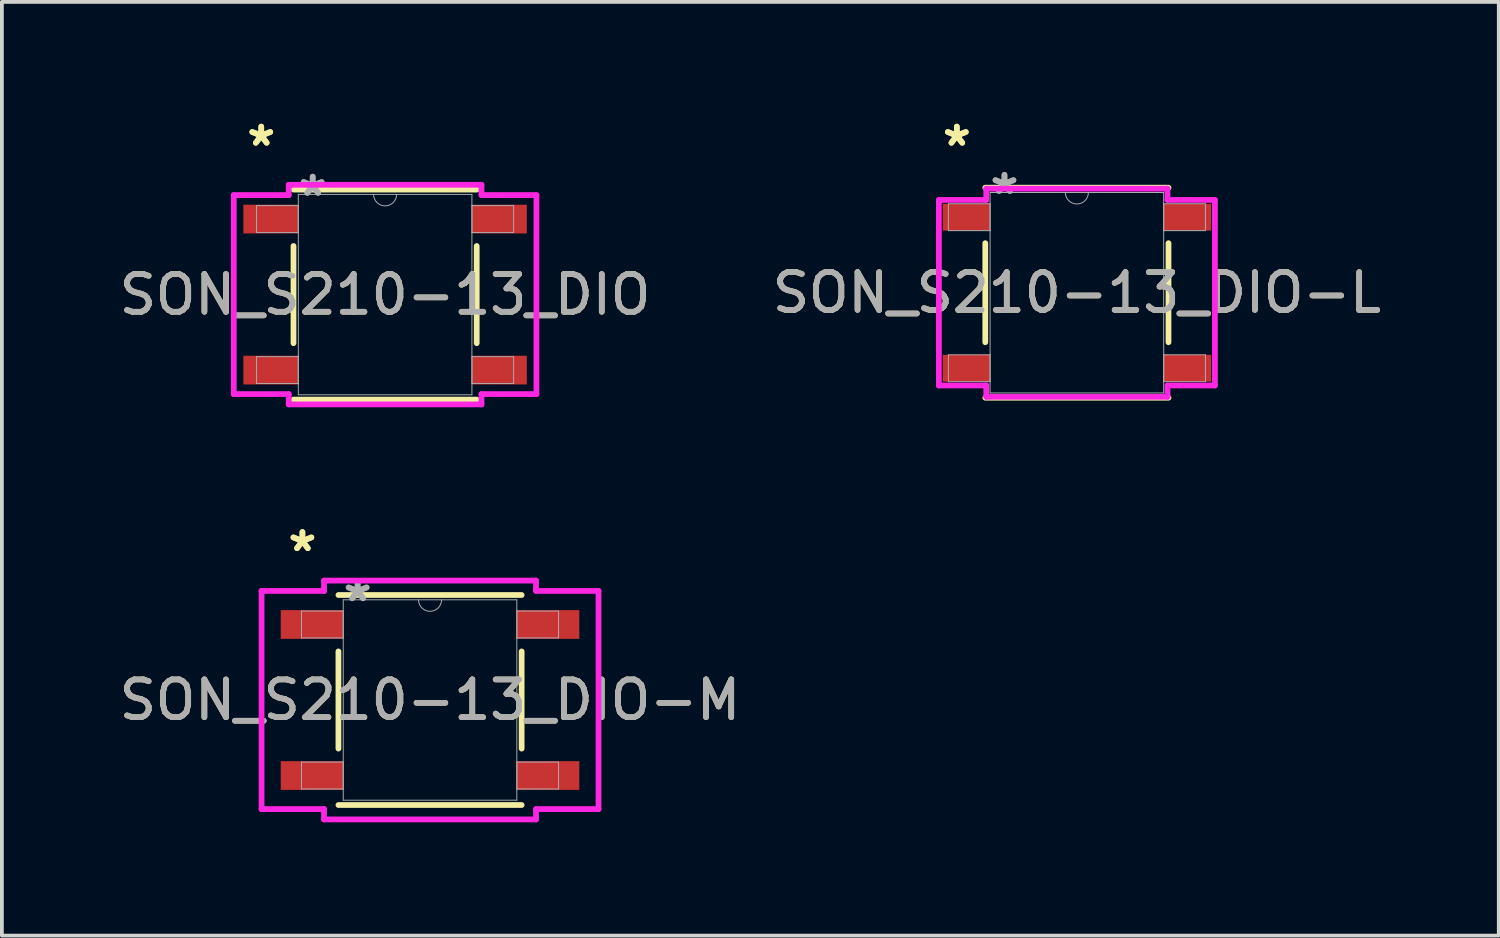
<source format=kicad_pcb>
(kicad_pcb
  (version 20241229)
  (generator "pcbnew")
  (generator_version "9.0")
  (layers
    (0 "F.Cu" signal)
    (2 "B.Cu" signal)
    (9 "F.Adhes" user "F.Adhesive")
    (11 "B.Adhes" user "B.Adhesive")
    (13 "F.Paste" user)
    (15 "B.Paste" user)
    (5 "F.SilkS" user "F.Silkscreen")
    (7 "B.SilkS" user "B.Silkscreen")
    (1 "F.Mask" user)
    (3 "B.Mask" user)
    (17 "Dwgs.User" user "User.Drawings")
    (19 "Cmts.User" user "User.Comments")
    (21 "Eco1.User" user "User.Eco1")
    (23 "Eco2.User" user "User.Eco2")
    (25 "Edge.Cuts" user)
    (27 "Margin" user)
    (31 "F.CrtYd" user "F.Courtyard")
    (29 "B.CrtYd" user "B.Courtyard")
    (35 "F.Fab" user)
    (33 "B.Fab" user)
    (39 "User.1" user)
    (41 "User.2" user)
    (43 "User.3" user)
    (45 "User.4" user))
  (footprint "SON_S210-13_DIO-L"
    (layer "F.Cu")
    (at 25.47 4.702)
    (property "Reference" "SON_S210-13_DIO-L" (at 0 0 0) (unlocked yes) (layer "F.SilkS") (effects (font (size 1 1) (thickness 0.15))))
    (attr smd)
    (fp_line (start -2.426 -1.312) (end -2.426 1.312) (stroke (width 0.152) (type solid)) (layer "F.SilkS"))
    (fp_line (start -2.426 2.781) (end 2.426 2.781) (stroke (width 0.152) (type solid)) (layer "F.SilkS"))
    (fp_line (start 2.426 -2.781) (end -2.426 -2.781) (stroke (width 0.152) (type solid)) (layer "F.SilkS"))
    (fp_line (start 2.426 1.312) (end 2.426 -1.312) (stroke (width 0.152) (type solid)) (layer "F.SilkS"))
    (fp_line (start -3.655 -2.457) (end -2.4 -2.457) (stroke (width 0.152) (type solid)) (layer "F.CrtYd"))
    (fp_line (start -3.655 2.457) (end -3.655 -2.457) (stroke (width 0.152) (type solid)) (layer "F.CrtYd"))
    (fp_line (start -3.655 2.457) (end -2.4 2.457) (stroke (width 0.152) (type solid)) (layer "F.CrtYd"))
    (fp_line (start -2.4 -2.756) (end 2.4 -2.756) (stroke (width 0.152) (type solid)) (layer "F.CrtYd"))
    (fp_line (start -2.4 -2.457) (end -2.4 -2.756) (stroke (width 0.152) (type solid)) (layer "F.CrtYd"))
    (fp_line (start -2.4 2.756) (end -2.4 2.457) (stroke (width 0.152) (type solid)) (layer "F.CrtYd"))
    (fp_line (start 2.4 -2.756) (end 2.4 -2.457) (stroke (width 0.152) (type solid)) (layer "F.CrtYd"))
    (fp_line (start 2.4 2.457) (end 2.4 2.756) (stroke (width 0.152) (type solid)) (layer "F.CrtYd"))
    (fp_line (start 2.4 2.756) (end -2.4 2.756) (stroke (width 0.152) (type solid)) (layer "F.CrtYd"))
    (fp_line (start 3.655 -2.457) (end 2.4 -2.457) (stroke (width 0.152) (type solid)) (layer "F.CrtYd"))
    (fp_line (start 3.655 -2.457) (end 3.655 2.457) (stroke (width 0.152) (type solid)) (layer "F.CrtYd"))
    (fp_line (start 3.655 2.457) (end 2.4 2.457) (stroke (width 0.152) (type solid)) (layer "F.CrtYd"))
    (fp_line (start -3.404 -2.356) (end -3.404 -1.644) (stroke (width 0.025) (type solid)) (layer "F.Fab"))
    (fp_line (start -3.404 -1.644) (end -2.299 -1.644) (stroke (width 0.025) (type solid)) (layer "F.Fab"))
    (fp_line (start -3.404 1.644) (end -3.404 2.356) (stroke (width 0.025) (type solid)) (layer "F.Fab"))
    (fp_line (start -3.404 2.356) (end -2.299 2.356) (stroke (width 0.025) (type solid)) (layer "F.Fab"))
    (fp_line (start -2.299 -2.654) (end -2.299 2.654) (stroke (width 0.025) (type solid)) (layer "F.Fab"))
    (fp_line (start -2.299 -2.356) (end -3.404 -2.356) (stroke (width 0.025) (type solid)) (layer "F.Fab"))
    (fp_line (start -2.299 -1.644) (end -2.299 -2.356) (stroke (width 0.025) (type solid)) (layer "F.Fab"))
    (fp_line (start -2.299 1.644) (end -3.404 1.644) (stroke (width 0.025) (type solid)) (layer "F.Fab"))
    (fp_line (start -2.299 2.356) (end -2.299 1.644) (stroke (width 0.025) (type solid)) (layer "F.Fab"))
    (fp_line (start -2.299 2.654) (end 2.299 2.654) (stroke (width 0.025) (type solid)) (layer "F.Fab"))
    (fp_line (start 2.299 -2.654) (end -2.299 -2.654) (stroke (width 0.025) (type solid)) (layer "F.Fab"))
    (fp_line (start 2.299 -2.356) (end 2.299 -1.644) (stroke (width 0.025) (type solid)) (layer "F.Fab"))
    (fp_line (start 2.299 -1.644) (end 3.404 -1.644) (stroke (width 0.025) (type solid)) (layer "F.Fab"))
    (fp_line (start 2.299 1.644) (end 2.299 2.356) (stroke (width 0.025) (type solid)) (layer "F.Fab"))
    (fp_line (start 2.299 2.356) (end 3.404 2.356) (stroke (width 0.025) (type solid)) (layer "F.Fab"))
    (fp_line (start 2.299 2.654) (end 2.299 -2.654) (stroke (width 0.025) (type solid)) (layer "F.Fab"))
    (fp_line (start 3.404 -2.356) (end 2.299 -2.356) (stroke (width 0.025) (type solid)) (layer "F.Fab"))
    (fp_line (start 3.404 -1.644) (end 3.404 -2.356) (stroke (width 0.025) (type solid)) (layer "F.Fab"))
    (fp_line (start 3.404 1.644) (end 2.299 1.644) (stroke (width 0.025) (type solid)) (layer "F.Fab"))
    (fp_line (start 3.404 2.356) (end 3.404 1.644) (stroke (width 0.025) (type solid)) (layer "F.Fab"))
    (fp_arc (start 0.3048 -2.6543) (mid 0 -2.3495) (end -0.3048 -2.6543) (stroke (width 0.0254) (type solid)) (layer "F.Fab"))
    (fp_text user "*" (at -3.18 -3.854 0) (unlocked yes) (layer "F.SilkS") (effects (font (size 1 1) (thickness 0.15))))
    (fp_text user "*" (at -3.18 -3.854 0) (layer "F.SilkS") (effects (font (size 1 1) (thickness 0.15))))
    (fp_text user "*" (at -1.918 -2.578 0) (layer "F.Fab") (effects (font (size 1 1) (thickness 0.15))))
    (fp_text user "${REFERENCE}" (at 0 0 0) (unlocked yes) (layer "F.Fab") (effects (font (size 1 1) (thickness 0.15))))
    (fp_text user "*" (at -1.918 -2.578 0) (unlocked yes) (layer "F.Fab") (effects (font (size 1 1) (thickness 0.15))))
    (pad "1" smd rect (at 2.926 2) (size 1.255 0.711) (layers "F.Cu" "F.Mask" "F.Paste"))
    (pad "2" smd rect (at -2.926 2) (size 1.255 0.711) (layers "F.Cu" "F.Mask" "F.Paste"))
    (pad "3" smd rect (at 2.926 -2) (size 1.255 0.711) (layers "F.Cu" "F.Mask" "F.Paste"))
    (pad "4" smd rect (at -2.926 -2) (size 1.255 0.711) (layers "F.Cu" "F.Mask" "F.Paste")))
  (footprint "SON_S210-13_DIO-M"
    (layer "F.Cu")
    (at 8.339 15.489)
    (property "Reference" "SON_S210-13_DIO-M" (at 0 0 0) (unlocked yes) (layer "F.SilkS") (effects (font (size 1 1) (thickness 0.15))))
    (attr smd)
    (fp_line (start -2.426 -1.287) (end -2.426 1.287) (stroke (width 0.152) (type solid)) (layer "F.SilkS"))
    (fp_line (start -2.426 2.781) (end 2.426 2.781) (stroke (width 0.152) (type solid)) (layer "F.SilkS"))
    (fp_line (start 2.426 -2.781) (end -2.426 -2.781) (stroke (width 0.152) (type solid)) (layer "F.SilkS"))
    (fp_line (start 2.426 1.287) (end 2.426 -1.287) (stroke (width 0.152) (type solid)) (layer "F.SilkS"))
    (fp_line (start -4.462 -2.889) (end -2.807 -2.889) (stroke (width 0.152) (type solid)) (layer "F.CrtYd"))
    (fp_line (start -4.462 2.889) (end -4.462 -2.889) (stroke (width 0.152) (type solid)) (layer "F.CrtYd"))
    (fp_line (start -4.462 2.889) (end -2.807 2.889) (stroke (width 0.152) (type solid)) (layer "F.CrtYd"))
    (fp_line (start -2.807 -3.162) (end 2.807 -3.162) (stroke (width 0.152) (type solid)) (layer "F.CrtYd"))
    (fp_line (start -2.807 -2.889) (end -2.807 -3.162) (stroke (width 0.152) (type solid)) (layer "F.CrtYd"))
    (fp_line (start -2.807 3.162) (end -2.807 2.889) (stroke (width 0.152) (type solid)) (layer "F.CrtYd"))
    (fp_line (start 2.807 -3.162) (end 2.807 -2.889) (stroke (width 0.152) (type solid)) (layer "F.CrtYd"))
    (fp_line (start 2.807 2.889) (end 2.807 3.162) (stroke (width 0.152) (type solid)) (layer "F.CrtYd"))
    (fp_line (start 2.807 3.162) (end -2.807 3.162) (stroke (width 0.152) (type solid)) (layer "F.CrtYd"))
    (fp_line (start 4.462 -2.889) (end 2.807 -2.889) (stroke (width 0.152) (type solid)) (layer "F.CrtYd"))
    (fp_line (start 4.462 -2.889) (end 4.462 2.889) (stroke (width 0.152) (type solid)) (layer "F.CrtYd"))
    (fp_line (start 4.462 2.889) (end 2.807 2.889) (stroke (width 0.152) (type solid)) (layer "F.CrtYd"))
    (fp_line (start -3.404 -2.356) (end -3.404 -1.644) (stroke (width 0.025) (type solid)) (layer "F.Fab"))
    (fp_line (start -3.404 -1.644) (end -2.299 -1.644) (stroke (width 0.025) (type solid)) (layer "F.Fab"))
    (fp_line (start -3.404 1.644) (end -3.404 2.356) (stroke (width 0.025) (type solid)) (layer "F.Fab"))
    (fp_line (start -3.404 2.356) (end -2.299 2.356) (stroke (width 0.025) (type solid)) (layer "F.Fab"))
    (fp_line (start -2.299 -2.654) (end -2.299 2.654) (stroke (width 0.025) (type solid)) (layer "F.Fab"))
    (fp_line (start -2.299 -2.356) (end -3.404 -2.356) (stroke (width 0.025) (type solid)) (layer "F.Fab"))
    (fp_line (start -2.299 -1.644) (end -2.299 -2.356) (stroke (width 0.025) (type solid)) (layer "F.Fab"))
    (fp_line (start -2.299 1.644) (end -3.404 1.644) (stroke (width 0.025) (type solid)) (layer "F.Fab"))
    (fp_line (start -2.299 2.356) (end -2.299 1.644) (stroke (width 0.025) (type solid)) (layer "F.Fab"))
    (fp_line (start -2.299 2.654) (end 2.299 2.654) (stroke (width 0.025) (type solid)) (layer "F.Fab"))
    (fp_line (start 2.299 -2.654) (end -2.299 -2.654) (stroke (width 0.025) (type solid)) (layer "F.Fab"))
    (fp_line (start 2.299 -2.356) (end 2.299 -1.644) (stroke (width 0.025) (type solid)) (layer "F.Fab"))
    (fp_line (start 2.299 -1.644) (end 3.404 -1.644) (stroke (width 0.025) (type solid)) (layer "F.Fab"))
    (fp_line (start 2.299 1.644) (end 2.299 2.356) (stroke (width 0.025) (type solid)) (layer "F.Fab"))
    (fp_line (start 2.299 2.356) (end 3.404 2.356) (stroke (width 0.025) (type solid)) (layer "F.Fab"))
    (fp_line (start 2.299 2.654) (end 2.299 -2.654) (stroke (width 0.025) (type solid)) (layer "F.Fab"))
    (fp_line (start 3.404 -2.356) (end 2.299 -2.356) (stroke (width 0.025) (type solid)) (layer "F.Fab"))
    (fp_line (start 3.404 -1.644) (end 3.404 -2.356) (stroke (width 0.025) (type solid)) (layer "F.Fab"))
    (fp_line (start 3.404 1.644) (end 2.299 1.644) (stroke (width 0.025) (type solid)) (layer "F.Fab"))
    (fp_line (start 3.404 2.356) (end 3.404 1.644) (stroke (width 0.025) (type solid)) (layer "F.Fab"))
    (fp_arc (start 0.3048 -2.6543) (mid 0 -2.3495) (end -0.3048 -2.6543) (stroke (width 0.0254) (type solid)) (layer "F.Fab"))
    (fp_text user "*" (at -3.38 -3.904 0) (unlocked yes) (layer "F.SilkS") (effects (font (size 1 1) (thickness 0.15))))
    (fp_text user "*" (at -3.38 -3.904 0) (layer "F.SilkS") (effects (font (size 1 1) (thickness 0.15))))
    (fp_text user "${REFERENCE}" (at 0 0 0) (unlocked yes) (layer "F.Fab") (effects (font (size 1 1) (thickness 0.15))))
    (fp_text user "*" (at -1.918 -2.578 0) (unlocked yes) (layer "F.Fab") (effects (font (size 1 1) (thickness 0.15))))
    (fp_text user "*" (at -1.918 -2.578 0) (layer "F.Fab") (effects (font (size 1 1) (thickness 0.15))))
    (pad "1" smd rect (at 3.126 2) (size 1.655 0.761) (layers "F.Cu" "F.Mask" "F.Paste"))
    (pad "2" smd rect (at -3.126 2) (size 1.655 0.761) (layers "F.Cu" "F.Mask" "F.Paste"))
    (pad "3" smd rect (at 3.126 -2) (size 1.655 0.761) (layers "F.Cu" "F.Mask" "F.Paste"))
    (pad "4" smd rect (at -3.126 -2) (size 1.655 0.761) (layers "F.Cu" "F.Mask" "F.Paste")))
  (footprint "SON_S210-13_DIO"
    (layer "F.Cu")
    (at 7.149 4.752)
    (property "Reference" "SON_S210-13_DIO" (at 0 0 0) (unlocked yes) (layer "F.SilkS") (effects (font (size 1 1) (thickness 0.15))))
    (attr smd)
    (fp_line (start -2.426 -1.287) (end -2.426 1.287) (stroke (width 0.152) (type solid)) (layer "F.SilkS"))
    (fp_line (start -2.426 2.781) (end 2.426 2.781) (stroke (width 0.152) (type solid)) (layer "F.SilkS"))
    (fp_line (start 2.426 -2.781) (end -2.426 -2.781) (stroke (width 0.152) (type solid)) (layer "F.SilkS"))
    (fp_line (start 2.426 1.287) (end 2.426 -1.287) (stroke (width 0.152) (type solid)) (layer "F.SilkS"))
    (fp_line (start -4.008 -2.635) (end -2.553 -2.635) (stroke (width 0.152) (type solid)) (layer "F.CrtYd"))
    (fp_line (start -4.008 2.635) (end -4.008 -2.635) (stroke (width 0.152) (type solid)) (layer "F.CrtYd"))
    (fp_line (start -4.008 2.635) (end -2.553 2.635) (stroke (width 0.152) (type solid)) (layer "F.CrtYd"))
    (fp_line (start -2.553 -2.908) (end 2.553 -2.908) (stroke (width 0.152) (type solid)) (layer "F.CrtYd"))
    (fp_line (start -2.553 -2.635) (end -2.553 -2.908) (stroke (width 0.152) (type solid)) (layer "F.CrtYd"))
    (fp_line (start -2.553 2.908) (end -2.553 2.635) (stroke (width 0.152) (type solid)) (layer "F.CrtYd"))
    (fp_line (start 2.553 -2.908) (end 2.553 -2.635) (stroke (width 0.152) (type solid)) (layer "F.CrtYd"))
    (fp_line (start 2.553 2.635) (end 2.553 2.908) (stroke (width 0.152) (type solid)) (layer "F.CrtYd"))
    (fp_line (start 2.553 2.908) (end -2.553 2.908) (stroke (width 0.152) (type solid)) (layer "F.CrtYd"))
    (fp_line (start 4.008 -2.635) (end 2.553 -2.635) (stroke (width 0.152) (type solid)) (layer "F.CrtYd"))
    (fp_line (start 4.008 -2.635) (end 4.008 2.635) (stroke (width 0.152) (type solid)) (layer "F.CrtYd"))
    (fp_line (start 4.008 2.635) (end 2.553 2.635) (stroke (width 0.152) (type solid)) (layer "F.CrtYd"))
    (fp_line (start -3.404 -2.356) (end -3.404 -1.644) (stroke (width 0.025) (type solid)) (layer "F.Fab"))
    (fp_line (start -3.404 -1.644) (end -2.299 -1.644) (stroke (width 0.025) (type solid)) (layer "F.Fab"))
    (fp_line (start -3.404 1.644) (end -3.404 2.356) (stroke (width 0.025) (type solid)) (layer "F.Fab"))
    (fp_line (start -3.404 2.356) (end -2.299 2.356) (stroke (width 0.025) (type solid)) (layer "F.Fab"))
    (fp_line (start -2.299 -2.654) (end -2.299 2.654) (stroke (width 0.025) (type solid)) (layer "F.Fab"))
    (fp_line (start -2.299 -2.356) (end -3.404 -2.356) (stroke (width 0.025) (type solid)) (layer "F.Fab"))
    (fp_line (start -2.299 -1.644) (end -2.299 -2.356) (stroke (width 0.025) (type solid)) (layer "F.Fab"))
    (fp_line (start -2.299 1.644) (end -3.404 1.644) (stroke (width 0.025) (type solid)) (layer "F.Fab"))
    (fp_line (start -2.299 2.356) (end -2.299 1.644) (stroke (width 0.025) (type solid)) (layer "F.Fab"))
    (fp_line (start -2.299 2.654) (end 2.299 2.654) (stroke (width 0.025) (type solid)) (layer "F.Fab"))
    (fp_line (start 2.299 -2.654) (end -2.299 -2.654) (stroke (width 0.025) (type solid)) (layer "F.Fab"))
    (fp_line (start 2.299 -2.356) (end 2.299 -1.644) (stroke (width 0.025) (type solid)) (layer "F.Fab"))
    (fp_line (start 2.299 -1.644) (end 3.404 -1.644) (stroke (width 0.025) (type solid)) (layer "F.Fab"))
    (fp_line (start 2.299 1.644) (end 2.299 2.356) (stroke (width 0.025) (type solid)) (layer "F.Fab"))
    (fp_line (start 2.299 2.356) (end 3.404 2.356) (stroke (width 0.025) (type solid)) (layer "F.Fab"))
    (fp_line (start 2.299 2.654) (end 2.299 -2.654) (stroke (width 0.025) (type solid)) (layer "F.Fab"))
    (fp_line (start 3.404 -2.356) (end 2.299 -2.356) (stroke (width 0.025) (type solid)) (layer "F.Fab"))
    (fp_line (start 3.404 -1.644) (end 3.404 -2.356) (stroke (width 0.025) (type solid)) (layer "F.Fab"))
    (fp_line (start 3.404 1.644) (end 2.299 1.644) (stroke (width 0.025) (type solid)) (layer "F.Fab"))
    (fp_line (start 3.404 2.356) (end 3.404 1.644) (stroke (width 0.025) (type solid)) (layer "F.Fab"))
    (fp_arc (start 0.3048 -2.6543) (mid 0 -2.3495) (end -0.3048 -2.6543) (stroke (width 0.0254) (type solid)) (layer "F.Fab"))
    (fp_text user "*" (at -3.28 -3.904 0) (layer "F.SilkS") (effects (font (size 1 1) (thickness 0.15))))
    (fp_text user "*" (at -3.28 -3.904 0) (unlocked yes) (layer "F.SilkS") (effects (font (size 1 1) (thickness 0.15))))
    (fp_text user "${REFERENCE}" (at 0 0 0) (unlocked yes) (layer "F.Fab") (effects (font (size 1 1) (thickness 0.15))))
    (fp_text user "*" (at -1.918 -2.578 0) (layer "F.Fab") (effects (font (size 1 1) (thickness 0.15))))
    (fp_text user "*" (at -1.918 -2.578 0) (unlocked yes) (layer "F.Fab") (effects (font (size 1 1) (thickness 0.15))))
    (pad "1" smd rect (at 3.026 2) (size 1.455 0.761) (layers "F.Cu" "F.Mask" "F.Paste"))
    (pad "2" smd rect (at -3.026 2) (size 1.455 0.761) (layers "F.Cu" "F.Mask" "F.Paste"))
    (pad "3" smd rect (at 3.026 -2) (size 1.455 0.761) (layers "F.Cu" "F.Mask" "F.Paste"))
    (pad "4" smd rect (at -3.026 -2) (size 1.455 0.761) (layers "F.Cu" "F.Mask" "F.Paste")))
  (gr_rect
    (start -3 -3)
    (end 36.643 21.728)
    (stroke (width 0.1) (type default))
    (fill no)
    (layer "Edge.Cuts")))
</source>
